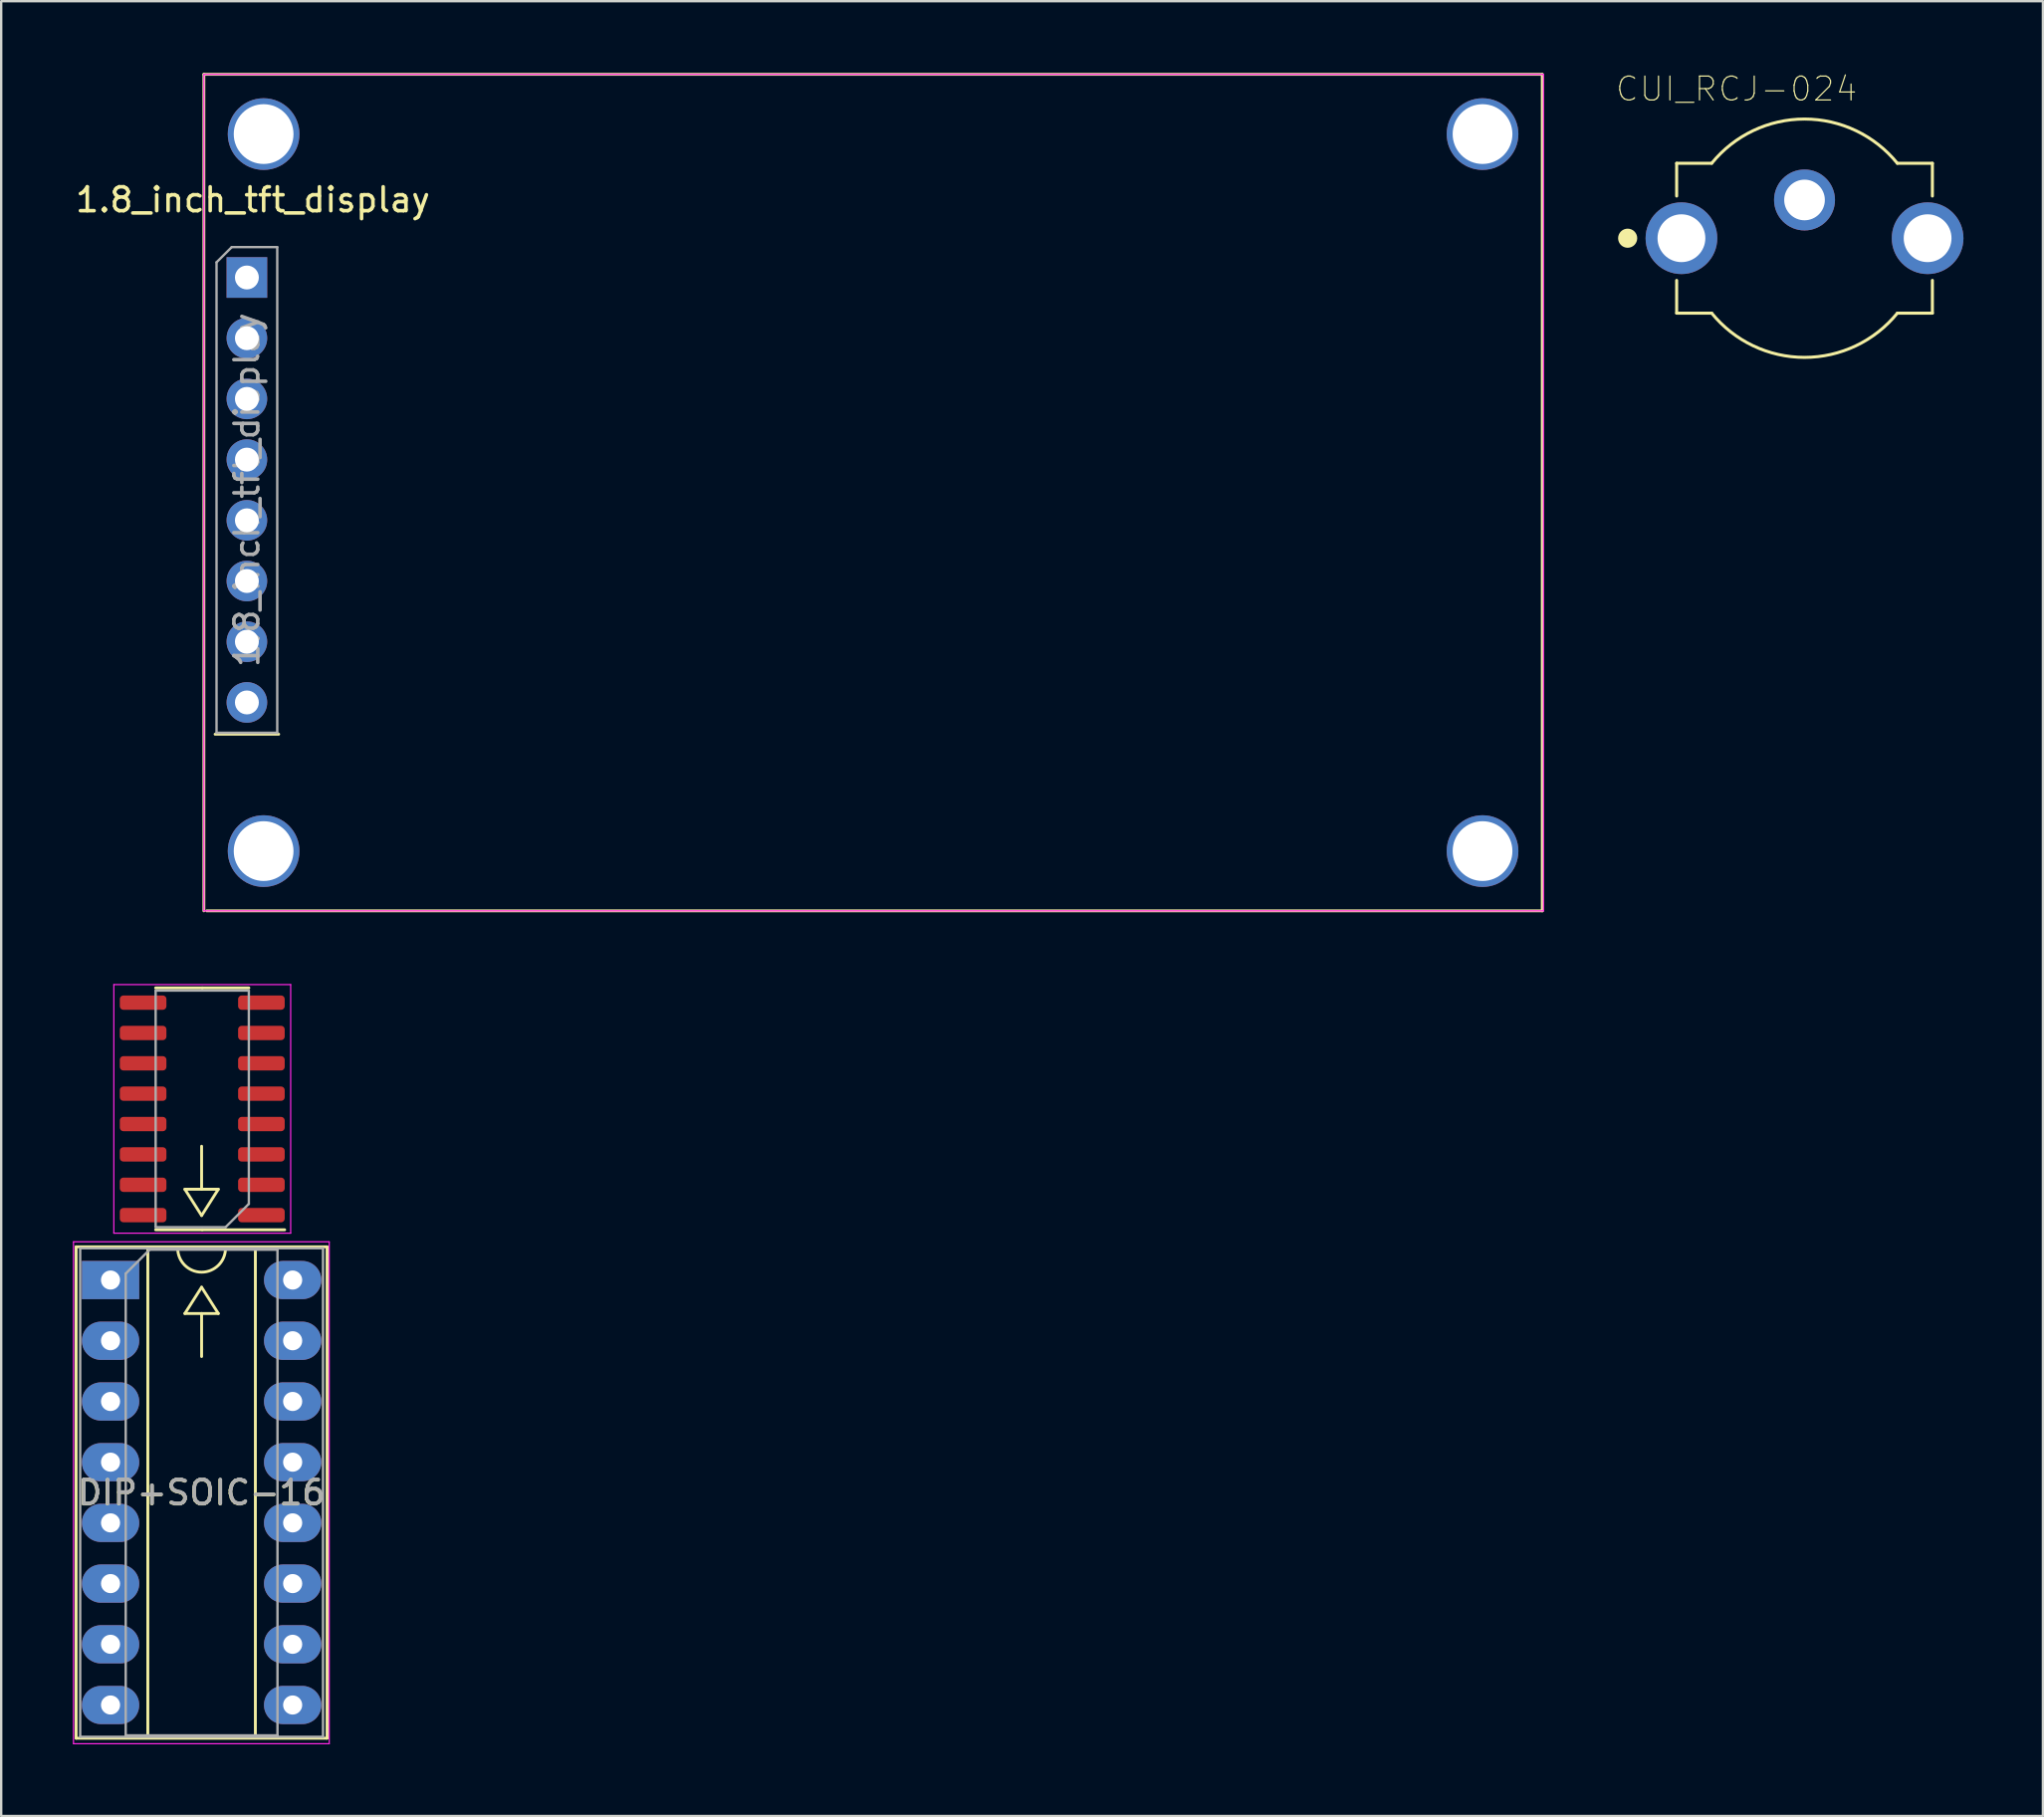
<source format=kicad_pcb>
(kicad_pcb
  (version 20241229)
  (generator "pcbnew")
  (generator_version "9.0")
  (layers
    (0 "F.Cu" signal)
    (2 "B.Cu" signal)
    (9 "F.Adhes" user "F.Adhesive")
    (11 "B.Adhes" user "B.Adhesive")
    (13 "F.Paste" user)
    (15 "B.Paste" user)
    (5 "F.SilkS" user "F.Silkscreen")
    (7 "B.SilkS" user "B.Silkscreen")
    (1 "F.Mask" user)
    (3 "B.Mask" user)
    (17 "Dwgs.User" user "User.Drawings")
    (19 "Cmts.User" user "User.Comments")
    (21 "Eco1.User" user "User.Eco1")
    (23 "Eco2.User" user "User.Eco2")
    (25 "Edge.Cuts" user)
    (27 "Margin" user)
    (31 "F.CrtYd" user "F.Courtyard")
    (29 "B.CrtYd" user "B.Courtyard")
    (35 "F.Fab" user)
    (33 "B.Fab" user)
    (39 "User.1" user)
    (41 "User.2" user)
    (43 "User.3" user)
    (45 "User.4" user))
  (footprint "1.8_inch_tft_display"
    (layer "F.Cu")
    (at 7.28 8.56)
    (property "Reference" "1.8_inch_tft_display" (at 0.25 -3.25 0) (layer "F.SilkS") (effects (font (size 1 1) (thickness 0.15))))
    (attr through_hole)
    (fp_line (start -1.8 -8.5) (end -1.8 26.5) (stroke (width 0.12) (type solid)) (layer "F.SilkS"))
    (fp_line (start -1.8 -8.5) (end 54.2 -8.5) (stroke (width 0.12) (type solid)) (layer "F.SilkS"))
    (fp_line (start -1.68 26.5) (end 54.2 26.5) (stroke (width 0.12) (type solid)) (layer "F.SilkS"))
    (fp_line (start -1.33 19.11) (end 1.33 19.11) (stroke (width 0.12) (type solid)) (layer "F.SilkS"))
    (fp_line (start 54.2 -8.5) (end 54.2 26.5) (stroke (width 0.12) (type solid)) (layer "F.SilkS"))
    (fp_line (start -1.8 -8.5) (end -1.8 26.5) (stroke (width 0.05) (type solid)) (layer "F.CrtYd"))
    (fp_line (start 54.25 -8.5) (end -1.8 -8.5) (stroke (width 0.05) (type solid)) (layer "F.CrtYd"))
    (fp_line (start 54.25 -8.5) (end 54.25 26.5) (stroke (width 0.05) (type solid)) (layer "F.CrtYd"))
    (fp_line (start 54.25 26.5) (end -1.8 26.5) (stroke (width 0.05) (type solid)) (layer "F.CrtYd"))
    (fp_line (start -1.27 -0.635) (end -0.635 -1.27) (stroke (width 0.1) (type solid)) (layer "F.Fab"))
    (fp_line (start -1.27 19.05) (end -1.27 -0.635) (stroke (width 0.1) (type solid)) (layer "F.Fab"))
    (fp_line (start -0.635 -1.27) (end 1.27 -1.27) (stroke (width 0.1) (type solid)) (layer "F.Fab"))
    (fp_line (start 1.27 -1.27) (end 1.27 19.05) (stroke (width 0.1) (type solid)) (layer "F.Fab"))
    (fp_line (start 1.27 19.05) (end -1.27 19.05) (stroke (width 0.1) (type solid)) (layer "F.Fab"))
    (fp_text user "${REFERENCE}" (at 0 8.89 90) (layer "F.Fab") (effects (font (size 1 1) (thickness 0.15))))
    (pad "" np_thru_hole circle (at 0.7 -6) (size 3 3) (drill 2.5) (layers "*.Cu" "*.Mask"))
    (pad "" np_thru_hole circle (at 0.7 24) (size 3 3) (drill 2.5) (layers "*.Cu" "*.Mask"))
    (pad "" np_thru_hole circle (at 51.7 -6) (size 3 3) (drill 2.5) (layers "*.Cu" "*.Mask"))
    (pad "" np_thru_hole circle (at 51.7 24) (size 3 3) (drill 2.5) (layers "*.Cu" "*.Mask"))
    (pad "1" thru_hole rect (at 0 0) (size 1.7 1.7) (drill 1) (layers "*.Cu" "*.Mask"))
    (pad "2" thru_hole oval (at 0 2.54) (size 1.7 1.7) (drill 1) (layers "*.Cu" "*.Mask"))
    (pad "3" thru_hole oval (at 0 5.08) (size 1.7 1.7) (drill 1) (layers "*.Cu" "*.Mask"))
    (pad "4" thru_hole oval (at 0 7.62) (size 1.7 1.7) (drill 1) (layers "*.Cu" "*.Mask"))
    (pad "5" thru_hole oval (at 0 10.16) (size 1.7 1.7) (drill 1) (layers "*.Cu" "*.Mask"))
    (pad "6" thru_hole oval (at 0 12.7) (size 1.7 1.7) (drill 1) (layers "*.Cu" "*.Mask"))
    (pad "7" thru_hole oval (at 0 15.24) (size 1.7 1.7) (drill 1) (layers "*.Cu" "*.Mask"))
    (pad "8" thru_hole oval (at 0 17.78) (size 1.7 1.7) (drill 1) (layers "*.Cu" "*.Mask")))
  (footprint "CUI_RCJ-024"
    (layer "F.Cu")
    (at 72.452 6.917)
    (property "Reference" "CUI_RCJ-024" (at -2.844 -6.244 0) (layer "F.SilkS") (effects (font (size 1.001 1.001) (thickness 0.05))))
    (attr through_hole)
    (fp_line (start -5.35 -3.135) (end -5.35 -1.765) (stroke (width 0.127) (type solid)) (layer "F.SilkS"))
    (fp_line (start -5.35 1.765) (end -5.35 3.135) (stroke (width 0.127) (type solid)) (layer "F.SilkS"))
    (fp_line (start -3.884 -3.135) (end -5.35 -3.135) (stroke (width 0.127) (type solid)) (layer "F.SilkS"))
    (fp_line (start -3.884 3.135) (end -5.35 3.135) (stroke (width 0.127) (type solid)) (layer "F.SilkS"))
    (fp_line (start 5.35 -3.135) (end 3.884 -3.135) (stroke (width 0.127) (type solid)) (layer "F.SilkS"))
    (fp_line (start 5.35 -3.135) (end 5.35 -1.765) (stroke (width 0.127) (type solid)) (layer "F.SilkS"))
    (fp_line (start 5.35 1.765) (end 5.35 3.135) (stroke (width 0.127) (type solid)) (layer "F.SilkS"))
    (fp_line (start 5.35 3.135) (end 3.884 3.135) (stroke (width 0.127) (type solid)) (layer "F.SilkS"))
    (fp_arc (start -3.882076 -3.137372) (mid 0.001527 -4.986221) (end 3.884 -3.135) (stroke (width 0.127) (type solid)) (layer "F.SilkS"))
    (fp_arc (start 3.882076 3.137372) (mid -0.001527 4.986221) (end -3.884 3.135) (stroke (width 0.127) (type solid)) (layer "F.SilkS"))
    (fp_circle (center -7.4 0) (end -7.2 0) (stroke (width 0.4) (type solid)) (fill no) (layer "F.SilkS"))
    (fp_line (start -6.9 -1.7) (end -6.9 1.75) (stroke (width 0.05) (type solid)) (layer "Eco1.User"))
    (fp_line (start -6.9 1.75) (end -5.6 1.75) (stroke (width 0.05) (type solid)) (layer "Eco1.User"))
    (fp_line (start -5.6 -3.385) (end -5.605 -3.385) (stroke (width 0.05) (type solid)) (layer "Eco1.User"))
    (fp_line (start -5.6 -3.385) (end -5.6 -1.7) (stroke (width 0.05) (type solid)) (layer "Eco1.User"))
    (fp_line (start -5.6 -1.7) (end -6.9 -1.7) (stroke (width 0.05) (type solid)) (layer "Eco1.User"))
    (fp_line (start -5.6 1.75) (end -5.6 3.385) (stroke (width 0.05) (type solid)) (layer "Eco1.User"))
    (fp_line (start -3.903 -3.385) (end -5.6 -3.385) (stroke (width 0.05) (type solid)) (layer "Eco1.User"))
    (fp_line (start -3.901 3.385) (end -5.6 3.385) (stroke (width 0.05) (type solid)) (layer "Eco1.User"))
    (fp_line (start 5.6 -3.385) (end 3.895 -3.385) (stroke (width 0.05) (type solid)) (layer "Eco1.User"))
    (fp_line (start 5.6 -1.75) (end 5.6 -3.385) (stroke (width 0.05) (type solid)) (layer "Eco1.User"))
    (fp_line (start 5.6 -1.75) (end 6.95 -1.75) (stroke (width 0.05) (type solid)) (layer "Eco1.User"))
    (fp_line (start 5.6 3.385) (end 3.904 3.385) (stroke (width 0.05) (type solid)) (layer "Eco1.User"))
    (fp_line (start 5.6 3.385) (end 5.6 1.7) (stroke (width 0.05) (type solid)) (layer "Eco1.User"))
    (fp_line (start 6.95 -1.75) (end 6.95 1.7) (stroke (width 0.05) (type solid)) (layer "Eco1.User"))
    (fp_line (start 6.95 1.7) (end 5.6 1.7) (stroke (width 0.05) (type solid)) (layer "Eco1.User"))
    (fp_arc (start -3.901069 -3.387381) (mid -0.002467 -5.24337) (end 3.895 -3.385) (stroke (width 0.05) (type solid)) (layer "Eco1.User"))
    (fp_arc (start 3.895069 3.387381) (mid -0.003533 5.24337) (end -3.901 3.385) (stroke (width 0.05) (type solid)) (layer "Eco1.User"))
    (fp_line (start -5.35 -3.135) (end -5.35 3.135) (stroke (width 0.127) (type solid)) (layer "Eco2.User"))
    (fp_line (start -3.884 -3.135) (end -5.35 -3.135) (stroke (width 0.127) (type solid)) (layer "Eco2.User"))
    (fp_line (start -3.884 3.135) (end -5.35 3.135) (stroke (width 0.127) (type solid)) (layer "Eco2.User"))
    (fp_line (start 5.35 -3.135) (end 3.884 -3.135) (stroke (width 0.127) (type solid)) (layer "Eco2.User"))
    (fp_line (start 5.35 3.135) (end 3.884 3.135) (stroke (width 0.127) (type solid)) (layer "Eco2.User"))
    (fp_line (start 5.35 3.135) (end 5.35 -3.135) (stroke (width 0.127) (type solid)) (layer "Eco2.User"))
    (fp_arc (start -3.882076 -3.137372) (mid 0.001527 -4.986221) (end 3.884 -3.135) (stroke (width 0.127) (type solid)) (layer "Eco2.User"))
    (fp_arc (start 3.882076 3.137372) (mid -0.001527 4.986221) (end -3.884 3.135) (stroke (width 0.127) (type solid)) (layer "Eco2.User"))
    (pad "1" thru_hole circle (at -5.15 0) (size 3 3) (drill 2) (layers "*.Cu" "*.Mask"))
    (pad "1" thru_hole circle (at 5.15 0) (size 3 3) (drill 2) (layers "*.Cu" "*.Mask"))
    (pad "2" thru_hole circle (at 0 -1.6) (size 2.55 2.55) (drill 1.7) (layers "*.Cu" "*.Mask")))
  (footprint "DIP+SOIC-16"
    (layer "F.Cu")
    (at 1.575 50.508)
    (property "Reference" "DIP+SOIC-16" (at 3.8 8.9 0) (layer "F.SilkS") (effects (font (size 1 1) (thickness 0.15))))
    (attr through_hole)
    (fp_line (start -1.44 -1.39) (end -1.44 19.17) (stroke (width 0.12) (type solid)) (layer "F.SilkS"))
    (fp_line (start -1.44 19.17) (end 9.06 19.17) (stroke (width 0.12) (type solid)) (layer "F.SilkS"))
    (fp_line (start 1.56 -1.33) (end 1.56 19.11) (stroke (width 0.12) (type solid)) (layer "F.SilkS"))
    (fp_line (start 1.56 19.11) (end 6.06 19.11) (stroke (width 0.12) (type solid)) (layer "F.SilkS"))
    (fp_line (start 2.81 -1.33) (end 1.56 -1.33) (stroke (width 0.12) (type solid)) (layer "F.SilkS"))
    (fp_line (start 3.11 -3.8) (end 3.81 -2.7) (stroke (width 0.12) (type solid)) (layer "F.SilkS"))
    (fp_line (start 3.11 1.4) (end 3.81 0.3) (stroke (width 0.12) (type solid)) (layer "F.SilkS"))
    (fp_line (start 3.11 1.4) (end 4.51 1.4) (stroke (width 0.12) (type solid)) (layer "F.SilkS"))
    (fp_line (start 3.81 -3.8) (end 3.81 -5.6) (stroke (width 0.12) (type solid)) (layer "F.SilkS"))
    (fp_line (start 3.81 1.4) (end 3.81 3.2) (stroke (width 0.12) (type solid)) (layer "F.SilkS"))
    (fp_line (start 3.837 -12.223) (end 1.887 -12.223) (stroke (width 0.12) (type solid)) (layer "F.SilkS"))
    (fp_line (start 3.837 -12.223) (end 5.787 -12.223) (stroke (width 0.12) (type solid)) (layer "F.SilkS"))
    (fp_line (start 3.837 -2.103) (end 1.887 -2.103) (stroke (width 0.12) (type solid)) (layer "F.SilkS"))
    (fp_line (start 3.837 -2.103) (end 7.287 -2.103) (stroke (width 0.12) (type solid)) (layer "F.SilkS"))
    (fp_line (start 4.51 -3.8) (end 3.11 -3.8) (stroke (width 0.12) (type solid)) (layer "F.SilkS"))
    (fp_line (start 4.51 -3.8) (end 3.81 -2.7) (stroke (width 0.12) (type solid)) (layer "F.SilkS"))
    (fp_line (start 4.51 1.4) (end 3.81 0.3) (stroke (width 0.12) (type solid)) (layer "F.SilkS"))
    (fp_line (start 6.06 -1.33) (end 4.81 -1.33) (stroke (width 0.12) (type solid)) (layer "F.SilkS"))
    (fp_line (start 6.06 19.11) (end 6.06 -1.33) (stroke (width 0.12) (type solid)) (layer "F.SilkS"))
    (fp_line (start 9.06 -1.39) (end -1.44 -1.39) (stroke (width 0.12) (type solid)) (layer "F.SilkS"))
    (fp_line (start 9.06 19.17) (end 9.06 -1.39) (stroke (width 0.12) (type solid)) (layer "F.SilkS"))
    (fp_arc (start 4.81 -1.33) (mid 3.81 -0.33) (end 2.81 -1.33) (stroke (width 0.12) (type solid)) (layer "F.SilkS"))
    (fp_line (start -1.55 -1.6) (end -1.55 19.4) (stroke (width 0.05) (type solid)) (layer "F.CrtYd"))
    (fp_line (start -1.55 19.4) (end 9.15 19.4) (stroke (width 0.05) (type solid)) (layer "F.CrtYd"))
    (fp_line (start 0.138 -12.363) (end 0.138 -1.962) (stroke (width 0.05) (type solid)) (layer "F.CrtYd"))
    (fp_line (start 0.138 -1.962) (end 7.537 -1.962) (stroke (width 0.05) (type solid)) (layer "F.CrtYd"))
    (fp_line (start 7.537 -12.363) (end 0.138 -12.363) (stroke (width 0.05) (type solid)) (layer "F.CrtYd"))
    (fp_line (start 7.537 -1.962) (end 7.537 -12.363) (stroke (width 0.05) (type solid)) (layer "F.CrtYd"))
    (fp_line (start 9.15 -1.6) (end -1.55 -1.6) (stroke (width 0.05) (type solid)) (layer "F.CrtYd"))
    (fp_line (start 9.15 19.4) (end 9.15 -1.6) (stroke (width 0.05) (type solid)) (layer "F.CrtYd"))
    (fp_line (start -1.27 -1.33) (end -1.27 19.11) (stroke (width 0.1) (type solid)) (layer "F.Fab"))
    (fp_line (start -1.27 19.11) (end 8.89 19.11) (stroke (width 0.1) (type solid)) (layer "F.Fab"))
    (fp_line (start 0.635 -0.27) (end 1.635 -1.27) (stroke (width 0.1) (type solid)) (layer "F.Fab"))
    (fp_line (start 0.635 19.05) (end 0.635 -0.27) (stroke (width 0.1) (type solid)) (layer "F.Fab"))
    (fp_line (start 1.635 -1.27) (end 6.985 -1.27) (stroke (width 0.1) (type solid)) (layer "F.Fab"))
    (fp_line (start 1.887 -12.113) (end 5.787 -12.113) (stroke (width 0.1) (type solid)) (layer "F.Fab"))
    (fp_line (start 1.887 -2.212) (end 1.887 -12.113) (stroke (width 0.1) (type solid)) (layer "F.Fab"))
    (fp_line (start 4.812 -2.212) (end 1.887 -2.212) (stroke (width 0.1) (type solid)) (layer "F.Fab"))
    (fp_line (start 5.787 -12.113) (end 5.787 -3.188) (stroke (width 0.1) (type solid)) (layer "F.Fab"))
    (fp_line (start 5.787 -3.188) (end 4.812 -2.212) (stroke (width 0.1) (type solid)) (layer "F.Fab"))
    (fp_line (start 6.985 -1.27) (end 6.985 19.05) (stroke (width 0.1) (type solid)) (layer "F.Fab"))
    (fp_line (start 6.985 19.05) (end 0.635 19.05) (stroke (width 0.1) (type solid)) (layer "F.Fab"))
    (fp_line (start 8.89 -1.33) (end -1.27 -1.33) (stroke (width 0.1) (type solid)) (layer "F.Fab"))
    (fp_line (start 8.89 19.11) (end 8.89 -1.33) (stroke (width 0.1) (type solid)) (layer "F.Fab"))
    (fp_text user "${REFERENCE}" (at 3.81 8.89 0) (layer "F.Fab") (effects (font (size 1 1) (thickness 0.15))))
    (pad "1" thru_hole rect (at 0 0) (size 2.4 1.6) (drill 0.8) (layers "*.Cu" "*.Mask"))
    (pad "1" smd roundrect (at 6.312 -2.717 180) (size 1.95 0.6) (layers "F.Cu" "F.Mask" "F.Paste") (roundrect_rratio 0.25))
    (pad "2" thru_hole oval (at 0 2.54) (size 2.4 1.6) (drill 0.8) (layers "*.Cu" "*.Mask"))
    (pad "2" smd roundrect (at 6.312 -3.987 180) (size 1.95 0.6) (layers "F.Cu" "F.Mask" "F.Paste") (roundrect_rratio 0.25))
    (pad "3" thru_hole oval (at 0 5.08) (size 2.4 1.6) (drill 0.8) (layers "*.Cu" "*.Mask"))
    (pad "3" smd roundrect (at 6.312 -5.258 180) (size 1.95 0.6) (layers "F.Cu" "F.Mask" "F.Paste") (roundrect_rratio 0.25))
    (pad "4" thru_hole oval (at 0 7.62) (size 2.4 1.6) (drill 0.8) (layers "*.Cu" "*.Mask"))
    (pad "4" smd roundrect (at 6.312 -6.527 180) (size 1.95 0.6) (layers "F.Cu" "F.Mask" "F.Paste") (roundrect_rratio 0.25))
    (pad "5" thru_hole oval (at 0 10.16) (size 2.4 1.6) (drill 0.8) (layers "*.Cu" "*.Mask"))
    (pad "5" smd roundrect (at 6.312 -7.798 180) (size 1.95 0.6) (layers "F.Cu" "F.Mask" "F.Paste") (roundrect_rratio 0.25))
    (pad "6" thru_hole oval (at 0 12.7) (size 2.4 1.6) (drill 0.8) (layers "*.Cu" "*.Mask"))
    (pad "6" smd roundrect (at 6.312 -9.068 180) (size 1.95 0.6) (layers "F.Cu" "F.Mask" "F.Paste") (roundrect_rratio 0.25))
    (pad "7" thru_hole oval (at 0 15.24) (size 2.4 1.6) (drill 0.8) (layers "*.Cu" "*.Mask"))
    (pad "7" smd roundrect (at 6.312 -10.338 180) (size 1.95 0.6) (layers "F.Cu" "F.Mask" "F.Paste") (roundrect_rratio 0.25))
    (pad "8" thru_hole oval (at 0 17.78) (size 2.4 1.6) (drill 0.8) (layers "*.Cu" "*.Mask"))
    (pad "8" smd roundrect (at 6.312 -11.607 180) (size 1.95 0.6) (layers "F.Cu" "F.Mask" "F.Paste") (roundrect_rratio 0.25))
    (pad "9" smd roundrect (at 1.363 -11.607 180) (size 1.95 0.6) (layers "F.Cu" "F.Mask" "F.Paste") (roundrect_rratio 0.25))
    (pad "9" thru_hole oval (at 7.62 17.78) (size 2.4 1.6) (drill 0.8) (layers "*.Cu" "*.Mask"))
    (pad "10" smd roundrect (at 1.363 -10.338 180) (size 1.95 0.6) (layers "F.Cu" "F.Mask" "F.Paste") (roundrect_rratio 0.25))
    (pad "10" thru_hole oval (at 7.62 15.24) (size 2.4 1.6) (drill 0.8) (layers "*.Cu" "*.Mask"))
    (pad "11" smd roundrect (at 1.363 -9.068 180) (size 1.95 0.6) (layers "F.Cu" "F.Mask" "F.Paste") (roundrect_rratio 0.25))
    (pad "11" thru_hole oval (at 7.62 12.7) (size 2.4 1.6) (drill 0.8) (layers "*.Cu" "*.Mask"))
    (pad "12" smd roundrect (at 1.363 -7.798 180) (size 1.95 0.6) (layers "F.Cu" "F.Mask" "F.Paste") (roundrect_rratio 0.25))
    (pad "12" thru_hole oval (at 7.62 10.16) (size 2.4 1.6) (drill 0.8) (layers "*.Cu" "*.Mask"))
    (pad "13" smd roundrect (at 1.363 -6.527 180) (size 1.95 0.6) (layers "F.Cu" "F.Mask" "F.Paste") (roundrect_rratio 0.25))
    (pad "13" thru_hole oval (at 7.62 7.62) (size 2.4 1.6) (drill 0.8) (layers "*.Cu" "*.Mask"))
    (pad "14" smd roundrect (at 1.363 -5.258 180) (size 1.95 0.6) (layers "F.Cu" "F.Mask" "F.Paste") (roundrect_rratio 0.25))
    (pad "14" thru_hole oval (at 7.62 5.08) (size 2.4 1.6) (drill 0.8) (layers "*.Cu" "*.Mask"))
    (pad "15" smd roundrect (at 1.363 -3.987 180) (size 1.95 0.6) (layers "F.Cu" "F.Mask" "F.Paste") (roundrect_rratio 0.25))
    (pad "15" thru_hole oval (at 7.62 2.54) (size 2.4 1.6) (drill 0.8) (layers "*.Cu" "*.Mask"))
    (pad "16" smd roundrect (at 1.363 -2.717 180) (size 1.95 0.6) (layers "F.Cu" "F.Mask" "F.Paste") (roundrect_rratio 0.25))
    (pad "16" thru_hole oval (at 7.62 0) (size 2.4 1.6) (drill 0.8) (layers "*.Cu" "*.Mask")))
  (gr_rect
    (start -3 -3)
    (end 82.427 72.933)
    (stroke (width 0.1) (type default))
    (fill no)
    (layer "Edge.Cuts")))
</source>
